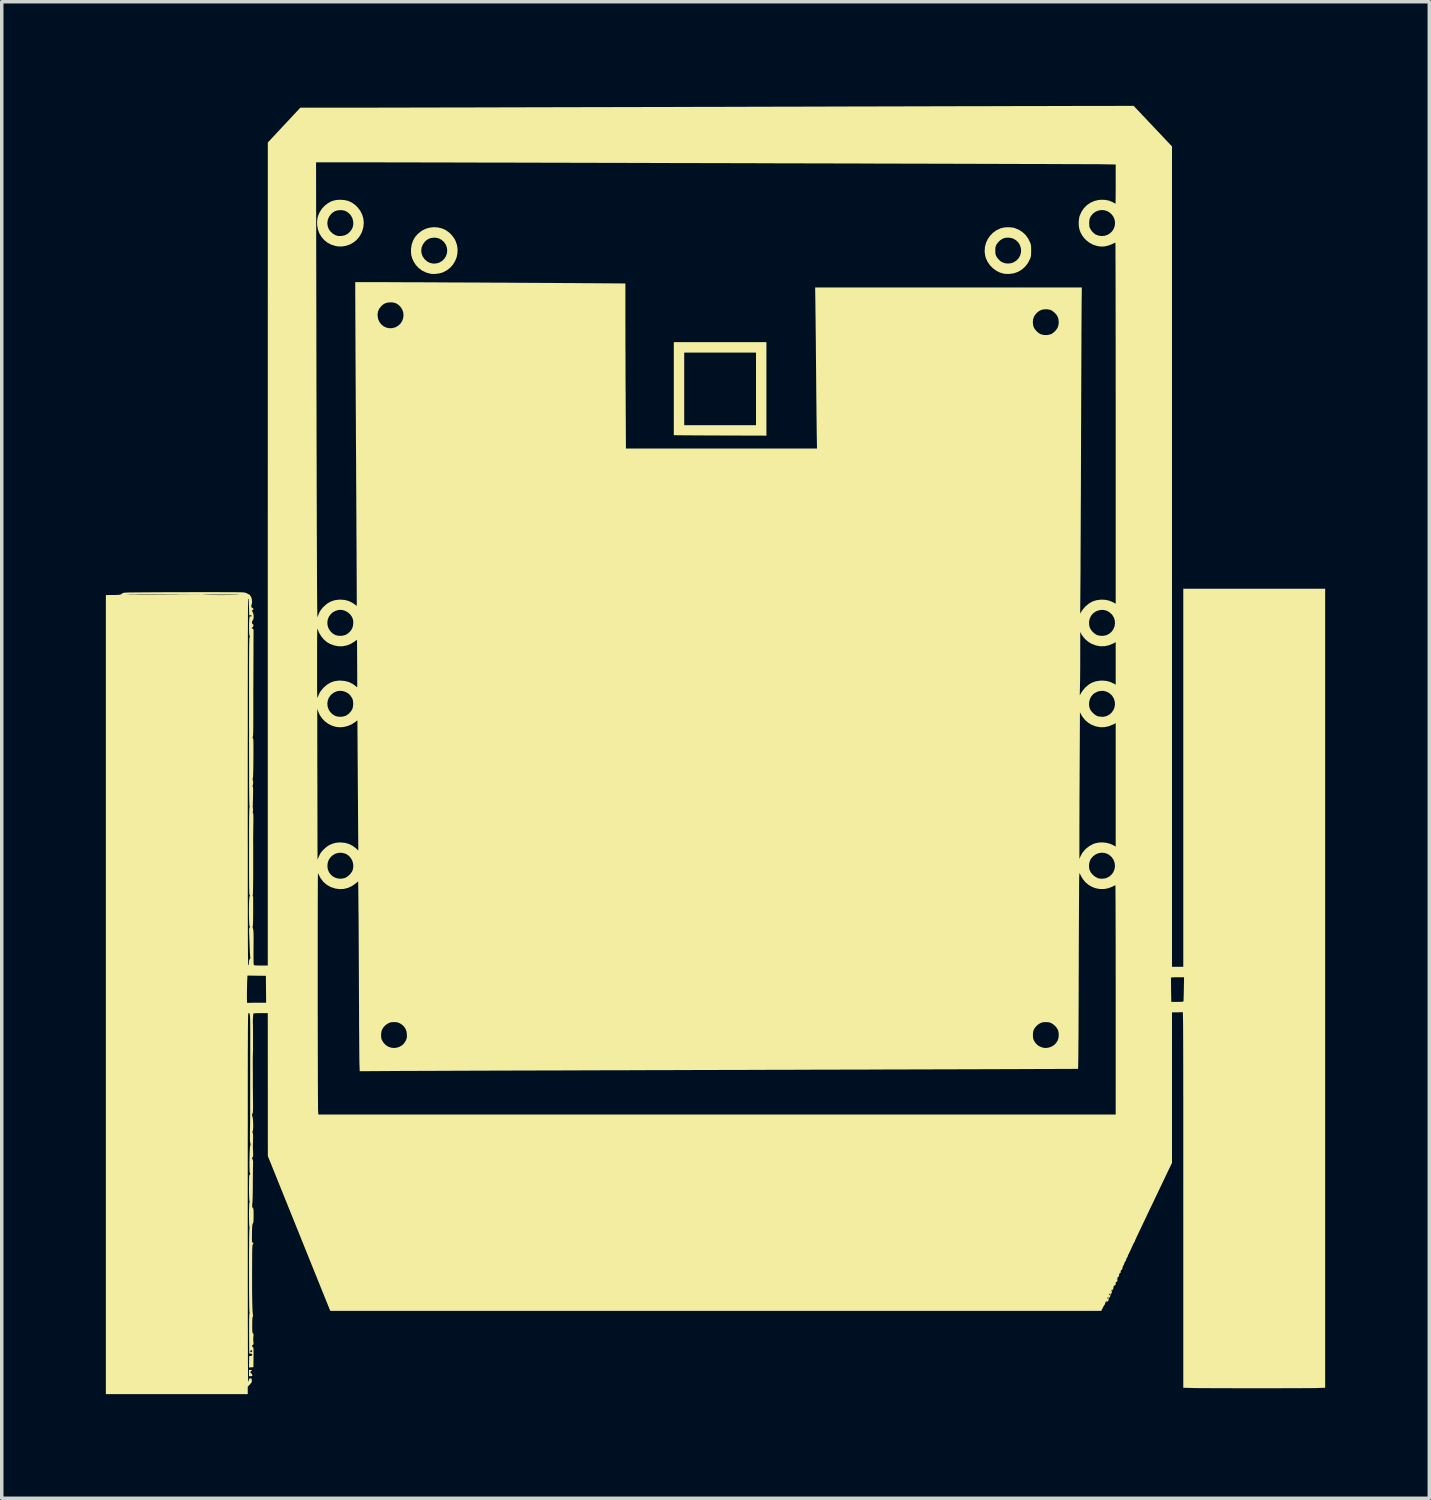
<source format=kicad_pcb>
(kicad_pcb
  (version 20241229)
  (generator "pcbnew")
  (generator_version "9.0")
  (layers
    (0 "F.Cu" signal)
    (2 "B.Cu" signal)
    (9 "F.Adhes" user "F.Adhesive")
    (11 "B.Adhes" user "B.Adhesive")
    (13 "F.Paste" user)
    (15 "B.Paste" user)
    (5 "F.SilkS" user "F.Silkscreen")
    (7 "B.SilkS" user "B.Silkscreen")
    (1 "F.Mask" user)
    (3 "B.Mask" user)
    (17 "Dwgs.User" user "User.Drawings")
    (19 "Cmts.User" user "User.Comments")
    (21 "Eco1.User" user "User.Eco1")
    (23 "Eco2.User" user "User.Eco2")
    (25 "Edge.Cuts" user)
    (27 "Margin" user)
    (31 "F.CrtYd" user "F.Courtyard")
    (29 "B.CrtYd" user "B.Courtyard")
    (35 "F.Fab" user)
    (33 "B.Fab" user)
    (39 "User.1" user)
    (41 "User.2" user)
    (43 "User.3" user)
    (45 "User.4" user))
  (footprint "bilbo_cad"
    (layer "F.Cu")
    (at 17.16 18.846)
    (property "Reference" "bilbo_cad" (at 0 0 0) (layer "F.SilkS") (effects (font (size 1.5 1.5) (thickness 0.3))))
    (attr board_only exclude_from_pos_files exclude_from_bom)
    (fp_poly (pts (xy -12.963 17.572) (xy -12.953 17.583) (xy -12.966 17.598) (xy -12.976 17.604) (xy -12.997 17.623) (xy -12.998 17.643) (xy -12.984 17.656) (xy -12.967 17.671) (xy -12.95 17.697) (xy -12.949 17.699) (xy -12.939 17.726) (xy -12.945 17.741) (xy -12.97 17.748) (xy -13.002 17.749) (xy -13.037 17.749) (xy -13.037 17.659) (xy -13.037 17.568) (xy -12.995 17.568)) (stroke (width 0) (type solid)) (fill yes) (layer "F.SilkS"))
    (fp_poly (pts (xy 1.869 -10.693) (xy 1.869 -9.346) (xy 0.881 -9.349) (xy 0.718 -9.349) (xy 0.555 -9.35) (xy 0.394 -9.351) (xy 0.238 -9.351) (xy 0.089 -9.352) (xy -0.049 -9.353) (xy -0.175 -9.353) (xy -0.285 -9.354) (xy -0.376 -9.355) (xy -0.447 -9.355) (xy -0.454 -9.355) (xy -0.799 -9.359) (xy -0.799 -10.693) (xy -0.499 -10.693) (xy -0.499 -9.647) (xy 0.535 -9.647) (xy 1.569 -9.647) (xy 1.569 -10.693) (xy 1.569 -11.738) (xy 0.535 -11.738) (xy -0.499 -11.738) (xy -0.499 -10.693) (xy -0.799 -10.693) (xy -0.799 -10.699) (xy -0.799 -12.039) (xy 0.535 -12.039) (xy 1.869 -12.039)) (stroke (width 0) (type solid)) (fill yes) (layer "F.SilkS"))
    (fp_poly (pts (xy -10.28 -16.132) (xy -10.17 -16.105) (xy -10.07 -16.058) (xy -9.976 -15.989) (xy -9.912 -15.927) (xy -9.834 -15.827) (xy -9.778 -15.718) (xy -9.743 -15.602) (xy -9.731 -15.482) (xy -9.741 -15.36) (xy -9.774 -15.239) (xy -9.797 -15.182) (xy -9.862 -15.072) (xy -9.944 -14.978) (xy -10.041 -14.902) (xy -10.151 -14.845) (xy -10.268 -14.809) (xy -10.367 -14.795) (xy -10.461 -14.796) (xy -10.548 -14.81) (xy -10.668 -14.848) (xy -10.776 -14.905) (xy -10.87 -14.98) (xy -10.949 -15.071) (xy -11.01 -15.174) (xy -11.052 -15.288) (xy -11.073 -15.412) (xy -11.074 -15.429) (xy -11.074 -15.465) (xy -10.78 -15.465) (xy -10.77 -15.379) (xy -10.742 -15.303) (xy -10.695 -15.232) (xy -10.632 -15.172) (xy -10.557 -15.126) (xy -10.494 -15.103) (xy -10.44 -15.096) (xy -10.374 -15.099) (xy -10.307 -15.11) (xy -10.251 -15.128) (xy -10.188 -15.166) (xy -10.129 -15.22) (xy -10.08 -15.284) (xy -10.051 -15.343) (xy -10.032 -15.429) (xy -10.035 -15.519) (xy -10.057 -15.605) (xy -10.098 -15.684) (xy -10.152 -15.746) (xy -10.22 -15.798) (xy -10.289 -15.829) (xy -10.369 -15.842) (xy -10.404 -15.843) (xy -10.493 -15.835) (xy -10.568 -15.81) (xy -10.636 -15.764) (xy -10.68 -15.722) (xy -10.735 -15.644) (xy -10.769 -15.558) (xy -10.78 -15.465) (xy -11.074 -15.465) (xy -11.075 -15.526) (xy -11.065 -15.61) (xy -11.042 -15.69) (xy -11.005 -15.775) (xy -11.005 -15.776) (xy -10.938 -15.882) (xy -10.852 -15.974) (xy -10.764 -16.042) (xy -10.68 -16.088) (xy -10.596 -16.119) (xy -10.504 -16.136) (xy -10.404 -16.141)) (stroke (width 0) (type solid)) (fill yes) (layer "F.SilkS"))
    (fp_poly (pts (xy -7.601 -15.344) (xy -7.485 -15.318) (xy -7.377 -15.271) (xy -7.368 -15.266) (xy -7.267 -15.195) (xy -7.181 -15.106) (xy -7.111 -15.005) (xy -7.087 -14.958) (xy -7.046 -14.84) (xy -7.028 -14.721) (xy -7.031 -14.603) (xy -7.054 -14.488) (xy -7.097 -14.38) (xy -7.157 -14.28) (xy -7.234 -14.191) (xy -7.326 -14.116) (xy -7.434 -14.058) (xy -7.479 -14.04) (xy -7.554 -14.02) (xy -7.64 -14.008) (xy -7.725 -14.003) (xy -7.8 -14.008) (xy -7.81 -14.01) (xy -7.933 -14.044) (xy -8.046 -14.098) (xy -8.146 -14.172) (xy -8.23 -14.262) (xy -8.297 -14.368) (xy -8.3 -14.373) (xy -8.337 -14.458) (xy -8.36 -14.538) (xy -8.37 -14.622) (xy -8.37 -14.682) (xy -8.075 -14.682) (xy -8.066 -14.595) (xy -8.035 -14.511) (xy -7.983 -14.435) (xy -7.979 -14.431) (xy -7.908 -14.366) (xy -7.831 -14.324) (xy -7.745 -14.304) (xy -7.681 -14.303) (xy -7.629 -14.31) (xy -7.578 -14.323) (xy -7.553 -14.332) (xy -7.474 -14.379) (xy -7.411 -14.44) (xy -7.365 -14.513) (xy -7.336 -14.593) (xy -7.326 -14.677) (xy -7.336 -14.762) (xy -7.365 -14.844) (xy -7.415 -14.919) (xy -7.42 -14.925) (xy -7.491 -14.988) (xy -7.57 -15.029) (xy -7.658 -15.048) (xy -7.699 -15.05) (xy -7.788 -15.041) (xy -7.864 -15.016) (xy -7.932 -14.971) (xy -7.975 -14.928) (xy -8.03 -14.852) (xy -8.063 -14.769) (xy -8.075 -14.682) (xy -8.37 -14.682) (xy -8.37 -14.719) (xy -8.352 -14.846) (xy -8.313 -14.961) (xy -8.253 -15.066) (xy -8.172 -15.16) (xy -8.069 -15.241) (xy -8.057 -15.25) (xy -7.952 -15.303) (xy -7.839 -15.337) (xy -7.72 -15.351)) (stroke (width 0) (type solid)) (fill yes) (layer "F.SilkS"))
    (fp_poly (pts (xy 8.881 -15.349) (xy 8.967 -15.339) (xy 9.015 -15.328) (xy 9.136 -15.28) (xy 9.243 -15.212) (xy 9.335 -15.127) (xy 9.41 -15.024) (xy 9.463 -14.916) (xy 9.477 -14.879) (xy 9.486 -14.847) (xy 9.492 -14.812) (xy 9.495 -14.769) (xy 9.496 -14.711) (xy 9.496 -14.677) (xy 9.495 -14.611) (xy 9.493 -14.561) (xy 9.489 -14.524) (xy 9.482 -14.491) (xy 9.47 -14.457) (xy 9.463 -14.438) (xy 9.405 -14.323) (xy 9.33 -14.223) (xy 9.238 -14.139) (xy 9.133 -14.073) (xy 9.023 -14.03) (xy 8.954 -14.015) (xy 8.873 -14.006) (xy 8.791 -14.004) (xy 8.72 -14.01) (xy 8.711 -14.011) (xy 8.599 -14.043) (xy 8.494 -14.095) (xy 8.397 -14.165) (xy 8.313 -14.25) (xy 8.244 -14.347) (xy 8.193 -14.453) (xy 8.169 -14.537) (xy 8.155 -14.66) (xy 8.157 -14.677) (xy 8.463 -14.677) (xy 8.464 -14.621) (xy 8.468 -14.581) (xy 8.476 -14.549) (xy 8.491 -14.517) (xy 8.495 -14.508) (xy 8.531 -14.454) (xy 8.579 -14.401) (xy 8.63 -14.359) (xy 8.651 -14.346) (xy 8.735 -14.314) (xy 8.826 -14.303) (xy 8.917 -14.313) (xy 8.987 -14.338) (xy 9.067 -14.387) (xy 9.131 -14.452) (xy 9.176 -14.529) (xy 9.201 -14.614) (xy 9.205 -14.706) (xy 9.2 -14.743) (xy 9.172 -14.835) (xy 9.124 -14.913) (xy 9.057 -14.976) (xy 8.986 -15.019) (xy 8.912 -15.042) (xy 8.831 -15.051) (xy 8.751 -15.045) (xy 8.684 -15.024) (xy 8.609 -14.979) (xy 8.544 -14.917) (xy 8.495 -14.847) (xy 8.495 -14.846) (xy 8.479 -14.813) (xy 8.469 -14.781) (xy 8.464 -14.744) (xy 8.463 -14.692) (xy 8.463 -14.677) (xy 8.157 -14.677) (xy 8.164 -14.781) (xy 8.194 -14.897) (xy 8.244 -15.006) (xy 8.312 -15.104) (xy 8.396 -15.191) (xy 8.496 -15.262) (xy 8.61 -15.316) (xy 8.625 -15.321) (xy 8.701 -15.34) (xy 8.789 -15.349)) (stroke (width 0) (type solid)) (fill yes) (layer "F.SilkS"))
    (fp_poly (pts (xy 13.001 -18.262) (xy 13.553 -17.678) (xy 13.553 -5.861) (xy 13.553 5.956) (xy 13.716 5.956) (xy 13.878 5.956) (xy 13.878 0.511) (xy 13.878 -4.935) (xy 15.922 -4.935) (xy 17.965 -4.935) (xy 17.965 6.573) (xy 17.965 18.082) (xy 17.758 18.089) (xy 17.715 18.091) (xy 17.65 18.092) (xy 17.565 18.093) (xy 17.461 18.093) (xy 17.34 18.094) (xy 17.204 18.095) (xy 17.056 18.095) (xy 16.895 18.096) (xy 16.726 18.096) (xy 16.548 18.097) (xy 16.365 18.097) (xy 16.177 18.097) (xy 15.988 18.097) (xy 15.798 18.097) (xy 15.609 18.097) (xy 15.423 18.097) (xy 15.243 18.096) (xy 15.069 18.096) (xy 14.904 18.096) (xy 14.749 18.095) (xy 14.606 18.094) (xy 14.478 18.094) (xy 14.365 18.093) (xy 14.271 18.092) (xy 14.195 18.091) (xy 14.141 18.09) (xy 14.132 18.089) (xy 13.878 18.082) (xy 13.878 12.667) (xy 13.878 12.235) (xy 13.878 11.826) (xy 13.878 11.44) (xy 13.878 11.076) (xy 13.878 10.734) (xy 13.878 10.412) (xy 13.878 10.111) (xy 13.878 9.829) (xy 13.877 9.567) (xy 13.877 9.322) (xy 13.877 9.095) (xy 13.877 8.885) (xy 13.876 8.691) (xy 13.876 8.513) (xy 13.876 8.35) (xy 13.875 8.202) (xy 13.875 8.067) (xy 13.874 7.945) (xy 13.874 7.836) (xy 13.873 7.739) (xy 13.873 7.653) (xy 13.872 7.577) (xy 13.871 7.512) (xy 13.87 7.455) (xy 13.869 7.408) (xy 13.868 7.368) (xy 13.867 7.335) (xy 13.866 7.31) (xy 13.865 7.29) (xy 13.864 7.276) (xy 13.862 7.266) (xy 13.861 7.261) (xy 13.86 7.259) (xy 13.859 7.259) (xy 13.84 7.262) (xy 13.802 7.264) (xy 13.752 7.266) (xy 13.697 7.267) (xy 13.553 7.267) (xy 13.553 9.434) (xy 13.553 11.602) (xy 13.258 12.22) (xy 13.197 12.347) (xy 13.135 12.478) (xy 13.072 12.609) (xy 13.011 12.737) (xy 12.953 12.858) (xy 12.9 12.969) (xy 12.854 13.066) (xy 12.816 13.146) (xy 12.808 13.163) (xy 12.764 13.256) (xy 12.718 13.352) (xy 12.673 13.447) (xy 12.632 13.534) (xy 12.596 13.61) (xy 12.569 13.666) (xy 12.54 13.726) (xy 12.516 13.78) (xy 12.497 13.822) (xy 12.486 13.849) (xy 12.484 13.857) (xy 12.477 13.876) (xy 12.468 13.889) (xy 12.457 13.907) (xy 12.439 13.942) (xy 12.416 13.989) (xy 12.39 14.046) (xy 12.382 14.064) (xy 12.355 14.123) (xy 12.331 14.175) (xy 12.311 14.216) (xy 12.298 14.241) (xy 12.295 14.244) (xy 12.282 14.272) (xy 12.279 14.29) (xy 12.271 14.314) (xy 12.255 14.338) (xy 12.237 14.368) (xy 12.231 14.396) (xy 12.225 14.422) (xy 12.214 14.435) (xy 12.2 14.45) (xy 12.186 14.479) (xy 12.182 14.493) (xy 12.167 14.533) (xy 12.149 14.567) (xy 12.145 14.574) (xy 12.129 14.607) (xy 12.123 14.642) (xy 12.118 14.672) (xy 12.102 14.686) (xy 12.099 14.687) (xy 12.082 14.698) (xy 12.075 14.723) (xy 12.075 14.736) (xy 12.071 14.769) (xy 12.058 14.78) (xy 12.039 14.791) (xy 12.029 14.823) (xy 12.027 14.851) (xy 12.02 14.88) (xy 12.003 14.891) (xy 11.989 14.899) (xy 11.982 14.915) (xy 11.979 14.947) (xy 11.979 14.965) (xy 11.978 15.003) (xy 11.973 15.024) (xy 11.964 15.031) (xy 11.955 15.032) (xy 11.939 15.036) (xy 11.932 15.052) (xy 11.931 15.08) (xy 11.928 15.113) (xy 11.918 15.127) (xy 11.912 15.128) (xy 11.892 15.138) (xy 11.887 15.146) (xy 11.877 15.159) (xy 11.871 15.159) (xy 11.867 15.165) (xy 11.868 15.187) (xy 11.868 15.188) (xy 11.863 15.226) (xy 11.848 15.247) (xy 11.827 15.283) (xy 11.822 15.313) (xy 11.814 15.353) (xy 11.798 15.375) (xy 11.779 15.407) (xy 11.774 15.436) (xy 11.769 15.467) (xy 11.753 15.482) (xy 11.75 15.483) (xy 11.734 15.494) (xy 11.727 15.518) (xy 11.726 15.538) (xy 11.723 15.571) (xy 11.713 15.584) (xy 11.708 15.585) (xy 11.69 15.595) (xy 11.679 15.612) (xy 11.671 15.629) (xy 11.668 15.625) (xy 11.666 15.603) (xy 11.665 15.567) (xy 11.641 15.612) (xy 11.628 15.643) (xy 11.623 15.664) (xy 11.624 15.668) (xy 11.621 15.681) (xy 11.617 15.683) (xy 11.606 15.696) (xy 11.588 15.724) (xy 11.567 15.764) (xy 11.56 15.778) (xy 11.516 15.867) (xy 0.41 15.867) (xy -10.696 15.867) (xy -10.839 15.513) (xy 11.69 15.513) (xy 11.695 15.522) (xy 11.701 15.52) (xy 11.711 15.504) (xy 11.718 15.48) (xy 11.721 15.458) (xy 11.717 15.458) (xy 11.707 15.47) (xy 11.695 15.493) (xy 11.69 15.513) (xy -10.839 15.513) (xy -10.882 15.407) (xy 11.738 15.407) (xy 11.745 15.417) (xy 11.758 15.411) (xy 11.767 15.398) (xy 11.774 15.372) (xy 11.77 15.362) (xy 11.758 15.371) (xy 11.756 15.374) (xy 11.742 15.396) (xy 11.738 15.407) (xy -10.882 15.407) (xy -10.919 15.316) (xy 11.787 15.316) (xy 11.791 15.319) (xy 11.797 15.314) (xy 11.808 15.294) (xy 11.816 15.272) (xy 11.823 15.242) (xy 11.805 15.272) (xy 11.792 15.298) (xy 11.787 15.316) (xy -10.919 15.316) (xy -11.026 15.05) (xy 11.907 15.05) (xy 11.913 15.056) (xy 11.919 15.05) (xy 11.913 15.044) (xy 11.907 15.05) (xy -11.026 15.05) (xy -11.065 14.954) (xy 11.955 14.954) (xy 11.961 14.96) (xy 11.967 14.954) (xy 11.961 14.948) (xy 11.955 14.954) (xy -11.065 14.954) (xy -11.595 13.638) (xy -12.494 11.408) (xy -12.495 9.349) (xy -12.496 7.291) (xy -12.7 7.291) (xy -12.781 7.291) (xy -12.84 7.293) (xy -12.879 7.296) (xy -12.902 7.3) (xy -12.911 7.306) (xy -12.914 7.323) (xy -12.917 7.358) (xy -12.92 7.404) (xy -12.923 7.455) (xy -12.926 7.503) (xy -12.927 7.542) (xy -12.927 7.566) (xy -12.926 7.567) (xy -12.925 7.591) (xy -12.924 7.634) (xy -12.923 7.692) (xy -12.922 7.764) (xy -12.922 7.845) (xy -12.921 7.931) (xy -12.921 8.02) (xy -12.921 8.108) (xy -12.921 8.193) (xy -12.921 8.269) (xy -12.921 8.335) (xy -12.922 8.386) (xy -12.923 8.42) (xy -12.924 8.433) (xy -12.925 8.449) (xy -12.926 8.486) (xy -12.927 8.541) (xy -12.928 8.61) (xy -12.928 8.69) (xy -12.928 8.779) (xy -12.928 8.799) (xy -12.927 8.894) (xy -12.926 8.986) (xy -12.926 9.07) (xy -12.926 9.143) (xy -12.926 9.201) (xy -12.926 9.239) (xy -12.926 9.241) (xy -12.926 9.291) (xy -12.926 9.335) (xy -12.926 9.365) (xy -12.926 9.367) (xy -12.926 9.387) (xy -12.926 9.428) (xy -12.925 9.486) (xy -12.924 9.559) (xy -12.923 9.643) (xy -12.922 9.734) (xy -12.922 9.773) (xy -12.921 9.88) (xy -12.92 9.965) (xy -12.921 10.032) (xy -12.922 10.083) (xy -12.924 10.121) (xy -12.926 10.148) (xy -12.931 10.167) (xy -12.936 10.181) (xy -12.937 10.183) (xy -12.948 10.207) (xy -12.95 10.229) (xy -12.943 10.258) (xy -12.936 10.278) (xy -12.928 10.315) (xy -12.922 10.368) (xy -12.918 10.431) (xy -12.916 10.498) (xy -12.916 10.564) (xy -12.919 10.621) (xy -12.925 10.665) (xy -12.93 10.686) (xy -12.938 10.717) (xy -12.93 10.744) (xy -12.924 10.762) (xy -12.921 10.793) (xy -12.919 10.839) (xy -12.92 10.902) (xy -12.921 10.985) (xy -12.925 11.09) (xy -12.926 11.119) (xy -12.926 11.135) (xy -12.925 11.17) (xy -12.923 11.219) (xy -12.921 11.271) (xy -12.918 11.334) (xy -12.918 11.378) (xy -12.921 11.408) (xy -12.927 11.429) (xy -12.935 11.443) (xy -12.948 11.467) (xy -12.947 11.485) (xy -12.935 11.504) (xy -12.927 11.52) (xy -12.922 11.54) (xy -12.919 11.57) (xy -12.919 11.612) (xy -12.92 11.673) (xy -12.921 11.712) (xy -12.923 11.771) (xy -12.924 11.849) (xy -12.925 11.94) (xy -12.926 12.041) (xy -12.927 12.146) (xy -12.927 12.249) (xy -12.927 12.261) (xy -12.928 12.36) (xy -12.929 12.458) (xy -12.931 12.55) (xy -12.933 12.631) (xy -12.936 12.698) (xy -12.939 12.746) (xy -12.94 12.754) (xy -12.945 12.809) (xy -12.946 12.846) (xy -12.944 12.87) (xy -12.939 12.885) (xy -12.928 12.899) (xy -12.928 12.899) (xy -12.919 12.91) (xy -12.913 12.925) (xy -12.909 12.947) (xy -12.906 12.981) (xy -12.905 13.03) (xy -12.904 13.097) (xy -12.904 13.122) (xy -12.905 13.198) (xy -12.906 13.253) (xy -12.908 13.292) (xy -12.913 13.319) (xy -12.919 13.338) (xy -12.925 13.349) (xy -12.933 13.362) (xy -12.938 13.381) (xy -12.942 13.408) (xy -12.945 13.446) (xy -12.948 13.5) (xy -12.95 13.573) (xy -12.951 13.634) (xy -12.952 13.718) (xy -12.953 13.781) (xy -12.952 13.827) (xy -12.951 13.859) (xy -12.948 13.879) (xy -12.943 13.89) (xy -12.936 13.897) (xy -12.929 13.902) (xy -12.912 13.913) (xy -12.91 13.925) (xy -12.923 13.946) (xy -12.924 13.948) (xy -12.929 13.955) (xy -12.932 13.965) (xy -12.936 13.98) (xy -12.938 14) (xy -12.94 14.028) (xy -12.942 14.065) (xy -12.944 14.114) (xy -12.945 14.175) (xy -12.946 14.252) (xy -12.946 14.345) (xy -12.947 14.456) (xy -12.947 14.587) (xy -12.948 14.74) (xy -12.948 14.792) (xy -12.948 15.006) (xy -12.948 15.196) (xy -12.947 15.365) (xy -12.945 15.511) (xy -12.943 15.637) (xy -12.94 15.743) (xy -12.937 15.829) (xy -12.933 15.897) (xy -12.928 15.947) (xy -12.923 15.98) (xy -12.922 15.985) (xy -12.921 16.02) (xy -12.929 16.036) (xy -12.935 16.051) (xy -12.939 16.082) (xy -12.942 16.131) (xy -12.943 16.199) (xy -12.944 16.277) (xy -12.944 16.356) (xy -12.943 16.415) (xy -12.941 16.456) (xy -12.938 16.484) (xy -12.934 16.501) (xy -12.927 16.511) (xy -12.923 16.515) (xy -12.911 16.528) (xy -12.906 16.55) (xy -12.908 16.587) (xy -12.909 16.596) (xy -12.913 16.639) (xy -12.915 16.671) (xy -12.915 16.701) (xy -12.912 16.739) (xy -12.909 16.765) (xy -12.906 16.805) (xy -12.909 16.828) (xy -12.918 16.841) (xy -12.927 16.847) (xy -12.949 16.867) (xy -12.948 16.891) (xy -12.928 16.911) (xy -12.92 16.917) (xy -12.915 16.926) (xy -12.91 16.941) (xy -12.908 16.964) (xy -12.906 16.999) (xy -12.906 17.049) (xy -12.906 17.117) (xy -12.907 17.205) (xy -12.907 17.209) (xy -12.91 17.49) (xy -12.974 17.494) (xy -13.037 17.498) (xy -13.034 17.332) (xy -13.031 17.166) (xy -12.999 17.169) (xy -12.969 17.165) (xy -12.948 17.147) (xy -12.943 17.123) (xy -12.944 17.119) (xy -12.96 17.106) (xy -12.989 17.098) (xy -12.991 17.097) (xy -13.031 17.094) (xy -13.031 17.027) (xy -13.001 17.027) (xy -12.994 17.055) (xy -12.977 17.062) (xy -12.955 17.048) (xy -12.952 17.046) (xy -12.944 17.026) (xy -12.952 17.01) (xy -12.973 16.999) (xy -12.992 17.006) (xy -13.001 17.027) (xy -13.031 17.027) (xy -13.034 16.531) (xy -13.034 16.38) (xy -13.034 16.252) (xy -13.034 16.147) (xy -13.032 16.064) (xy -13.03 16.003) (xy -13.027 15.964) (xy -13.024 15.945) (xy -13.024 15.944) (xy -13.017 15.918) (xy -13.024 15.905) (xy -13.026 15.89) (xy -13.028 15.854) (xy -13.029 15.798) (xy -13.031 15.724) (xy -13.032 15.634) (xy -13.033 15.529) (xy -13.034 15.413) (xy -13.035 15.286) (xy -13.036 15.151) (xy -13.036 15.011) (xy -13.037 14.865) (xy -13.037 14.718) (xy -13.037 14.57) (xy -13.037 14.424) (xy -13.036 14.282) (xy -13.036 14.145) (xy -13.035 14.016) (xy -13.034 13.896) (xy -13.033 13.788) (xy -13.032 13.693) (xy -13.03 13.614) (xy -13.029 13.552) (xy -13.027 13.51) (xy -13.025 13.489) (xy -13.024 13.487) (xy -13.019 13.471) (xy -13.025 13.457) (xy -13.028 13.439) (xy -13.031 13.4) (xy -13.034 13.346) (xy -13.035 13.279) (xy -13.036 13.204) (xy -13.037 13.123) (xy -13.037 13.042) (xy -13.036 12.963) (xy -13.034 12.891) (xy -13.032 12.829) (xy -13.03 12.78) (xy -13.026 12.749) (xy -13.023 12.74) (xy -13.016 12.721) (xy -13.023 12.702) (xy -13.028 12.681) (xy -13.031 12.636) (xy -13.034 12.568) (xy -13.036 12.477) (xy -13.037 12.363) (xy -13.037 12.317) (xy -13.036 12.213) (xy -13.036 12.131) (xy -13.035 12.067) (xy -13.033 12.02) (xy -13.031 11.988) (xy -13.028 11.967) (xy -13.024 11.955) (xy -13.019 11.95) (xy -13.019 11.95) (xy -13.004 11.934) (xy -13.002 11.908) (xy -13.013 11.887) (xy -13.017 11.871) (xy -13.02 11.834) (xy -13.022 11.781) (xy -13.023 11.714) (xy -13.024 11.638) (xy -13.023 11.555) (xy -13.022 11.47) (xy -13.02 11.386) (xy -13.018 11.307) (xy -13.014 11.236) (xy -13.011 11.176) (xy -13.006 11.132) (xy -13.002 11.107) (xy -13.001 11.105) (xy -12.99 11.074) (xy -12.994 11.049) (xy -12.999 11.038) (xy -13.003 11.024) (xy -13.006 10.999) (xy -13.009 10.96) (xy -13.01 10.906) (xy -13.01 10.834) (xy -13.009 10.742) (xy -13.008 10.632) (xy -13.006 10.537) (xy -13.005 10.449) (xy -13.004 10.37) (xy -13.003 10.304) (xy -13.003 10.255) (xy -13.003 10.224) (xy -13.003 10.218) (xy -13.003 10.201) (xy -13.003 10.162) (xy -13.003 10.102) (xy -13.003 10.023) (xy -13.003 9.925) (xy -13.003 9.812) (xy -13.003 9.683) (xy -13.003 9.541) (xy -13.003 9.387) (xy -13.003 9.222) (xy -13.002 9.049) (xy -13.002 8.869) (xy -13.002 8.746) (xy -13.001 8.529) (xy -13.001 8.334) (xy -13.001 8.161) (xy -13.001 8.008) (xy -13.001 7.874) (xy -13.001 7.758) (xy -13.002 7.658) (xy -13.002 7.574) (xy -13.004 7.504) (xy -13.005 7.446) (xy -13.007 7.4) (xy -13.01 7.364) (xy -13.013 7.336) (xy -13.017 7.317) (xy -13.021 7.304) (xy -13.026 7.296) (xy -13.031 7.292) (xy -13.038 7.291) (xy -13.045 7.291) (xy -13.052 7.291) (xy -13.053 7.292) (xy -13.055 7.294) (xy -13.056 7.3) (xy -13.058 7.308) (xy -13.059 7.321) (xy -13.06 7.338) (xy -13.062 7.36) (xy -13.063 7.389) (xy -13.064 7.424) (xy -13.065 7.466) (xy -13.066 7.516) (xy -13.066 7.574) (xy -13.067 7.642) (xy -13.068 7.72) (xy -13.068 7.808) (xy -13.069 7.907) (xy -13.069 8.018) (xy -13.07 8.142) (xy -13.07 8.279) (xy -13.071 8.43) (xy -13.071 8.595) (xy -13.071 8.775) (xy -13.072 8.971) (xy -13.072 9.183) (xy -13.072 9.413) (xy -13.072 9.66) (xy -13.072 9.926) (xy -13.072 10.21) (xy -13.072 10.515) (xy -13.073 10.84) (xy -13.073 11.186) (xy -13.073 11.553) (xy -13.073 11.943) (xy -13.073 12.356) (xy -13.073 12.598) (xy -13.073 13.071) (xy -13.073 13.523) (xy -13.072 13.954) (xy -13.072 14.363) (xy -13.072 14.751) (xy -13.072 15.117) (xy -13.071 15.461) (xy -13.071 15.783) (xy -13.071 16.083) (xy -13.07 16.361) (xy -13.069 16.616) (xy -13.069 16.848) (xy -13.068 17.058) (xy -13.068 17.245) (xy -13.067 17.409) (xy -13.066 17.55) (xy -13.065 17.668) (xy -13.064 17.762) (xy -13.063 17.832) (xy -13.062 17.879) (xy -13.061 17.902) (xy -13.061 17.905) (xy -13.05 17.895) (xy -13.042 17.872) (xy -13.033 17.835) (xy -13.023 17.816) (xy -13.01 17.81) (xy -12.992 17.811) (xy -12.971 17.816) (xy -12.961 17.829) (xy -12.956 17.856) (xy -12.955 17.869) (xy -12.955 17.899) (xy -12.961 17.922) (xy -12.976 17.946) (xy -13.003 17.978) (xy -13.013 17.988) (xy -13.073 18.052) (xy -13.073 18.159) (xy -13.073 18.266) (xy -15.116 18.266) (xy -17.16 18.266) (xy -17.16 6.76) (xy -13.097 6.76) (xy -13.096 6.843) (xy -13.096 6.905) (xy -13.094 6.948) (xy -13.092 6.976) (xy -13.089 6.992) (xy -13.084 6.998) (xy -13.078 6.997) (xy -13.06 6.995) (xy -13.023 6.993) (xy -12.969 6.992) (xy -12.903 6.991) (xy -12.827 6.99) (xy -12.801 6.99) (xy -12.543 6.99) (xy -12.547 6.602) (xy -12.55 6.215) (xy -12.815 6.212) (xy -13.081 6.208) (xy -13.089 6.362) (xy -13.091 6.425) (xy -13.093 6.504) (xy -13.095 6.593) (xy -13.096 6.685) (xy -13.097 6.76) (xy -17.16 6.76) (xy -17.16 6.756) (xy -17.16 0.631) (xy -13.073 0.631) (xy -13.073 0.631) (xy -13.073 1.059) (xy -13.073 1.463) (xy -13.073 1.845) (xy -13.073 2.205) (xy -13.072 2.543) (xy -13.072 2.86) (xy -13.072 3.157) (xy -13.072 3.435) (xy -13.072 3.694) (xy -13.072 3.934) (xy -13.071 4.157) (xy -13.071 4.363) (xy -13.071 4.552) (xy -13.07 4.726) (xy -13.07 4.885) (xy -13.07 5.03) (xy -13.069 5.16) (xy -13.069 5.278) (xy -13.068 5.383) (xy -13.067 5.476) (xy -13.067 5.559) (xy -13.066 5.63) (xy -13.065 5.692) (xy -13.064 5.744) (xy -13.063 5.788) (xy -13.062 5.824) (xy -13.061 5.853) (xy -13.06 5.874) (xy -13.059 5.89) (xy -13.057 5.901) (xy -13.056 5.907) (xy -13.055 5.908) (xy -13.044 5.903) (xy -13.039 5.884) (xy -13.037 5.847) (xy -13.037 5.832) (xy -13.035 5.786) (xy -13.029 5.757) (xy -13.016 5.737) (xy -13.013 5.734) (xy -12.998 5.714) (xy -12.998 5.699) (xy -13.001 5.684) (xy -13.004 5.648) (xy -13.008 5.596) (xy -13.012 5.531) (xy -13.015 5.457) (xy -13.016 5.439) (xy -13.019 5.35) (xy -13.022 5.254) (xy -13.026 5.161) (xy -13.029 5.077) (xy -13.031 5.02) (xy -13.034 4.95) (xy -13.034 4.899) (xy -13.032 4.865) (xy -13.028 4.843) (xy -13.022 4.83) (xy -13.02 4.828) (xy -13.009 4.81) (xy -13.015 4.792) (xy -13.019 4.785) (xy -13.025 4.766) (xy -13.029 4.727) (xy -13.033 4.671) (xy -13.035 4.602) (xy -13.037 4.522) (xy -13.038 4.437) (xy -13.039 4.348) (xy -13.038 4.259) (xy -13.037 4.174) (xy -13.035 4.096) (xy -13.032 4.029) (xy -13.028 3.976) (xy -13.023 3.94) (xy -13.018 3.925) (xy -13.006 3.91) (xy -13.012 3.896) (xy -13.018 3.889) (xy -13.021 3.884) (xy -13.024 3.874) (xy -13.026 3.857) (xy -13.028 3.833) (xy -13.03 3.8) (xy -13.031 3.757) (xy -13.032 3.702) (xy -13.033 3.634) (xy -13.034 3.552) (xy -13.035 3.454) (xy -13.035 3.34) (xy -13.036 3.207) (xy -13.036 3.054) (xy -13.036 2.881) (xy -13.036 2.685) (xy -13.036 2.627) (xy -13.036 2.402) (xy -13.036 2.201) (xy -13.036 2.023) (xy -13.035 1.868) (xy -13.034 1.734) (xy -13.033 1.622) (xy -13.031 1.532) (xy -13.03 1.461) (xy -13.028 1.411) (xy -13.026 1.381) (xy -13.024 1.369) (xy -13.017 1.347) (xy -13.024 1.33) (xy -13.025 1.317) (xy -13.027 1.285) (xy -13.028 1.232) (xy -13.03 1.159) (xy -13.031 1.066) (xy -13.032 0.952) (xy -13.033 0.817) (xy -13.034 0.66) (xy -13.034 0.481) (xy -13.035 0.28) (xy -13.035 0.057) (xy -13.036 -0.189) (xy -13.036 -0.458) (xy -13.036 -0.75) (xy -13.036 -1.066) (xy -13.036 -1.109) (xy -13.036 -1.395) (xy -13.036 -1.657) (xy -13.036 -1.898) (xy -13.036 -2.117) (xy -13.036 -2.316) (xy -13.036 -2.496) (xy -13.036 -2.658) (xy -13.035 -2.802) (xy -13.035 -2.93) (xy -13.034 -3.042) (xy -13.034 -3.14) (xy -13.033 -3.225) (xy -13.032 -3.297) (xy -13.031 -3.357) (xy -13.03 -3.407) (xy -13.028 -3.448) (xy -13.027 -3.479) (xy -13.026 -3.503) (xy -13.024 -3.52) (xy -13.022 -3.532) (xy -13.02 -3.538) (xy -13.018 -3.54) (xy -13.006 -3.554) (xy -13.012 -3.569) (xy -13.018 -3.576) (xy -13.025 -3.594) (xy -13.03 -3.631) (xy -13.033 -3.682) (xy -13.035 -3.744) (xy -13.036 -3.812) (xy -13.036 -3.883) (xy -13.035 -3.953) (xy -13.032 -4.017) (xy -13.028 -4.072) (xy -13.023 -4.114) (xy -13.017 -4.138) (xy -13.013 -4.143) (xy -12.978 -4.137) (xy -12.961 -4.143) (xy -12.958 -4.153) (xy -12.969 -4.168) (xy -12.995 -4.172) (xy -13.031 -4.172) (xy -13.037 -4.406) (xy -13.04 -4.478) (xy -13.042 -4.542) (xy -13.044 -4.593) (xy -13.045 -4.628) (xy -13.046 -4.643) (xy -13.047 -4.643) (xy -13.058 -4.646) (xy -13.061 -4.646) (xy -13.062 -4.634) (xy -13.063 -4.598) (xy -13.064 -4.538) (xy -13.065 -4.454) (xy -13.066 -4.346) (xy -13.067 -4.214) (xy -13.067 -4.058) (xy -13.068 -3.878) (xy -13.069 -3.674) (xy -13.069 -3.447) (xy -13.07 -3.195) (xy -13.07 -2.92) (xy -13.071 -2.62) (xy -13.071 -2.297) (xy -13.072 -1.95) (xy -13.072 -1.579) (xy -13.072 -1.185) (xy -13.072 -0.766) (xy -13.073 -0.324) (xy -13.073 0.141) (xy -13.073 0.631) (xy -17.16 0.631) (xy -17.16 -4.754) (xy -16.958 -4.755) (xy -16.882 -4.756) (xy -16.826 -4.757) (xy -16.786 -4.76) (xy -16.759 -4.764) (xy -16.547 -4.764) (xy -16.538 -4.762) (xy -16.506 -4.761) (xy -16.454 -4.76) (xy -16.383 -4.759) (xy -16.294 -4.759) (xy -16.189 -4.758) (xy -16.071 -4.758) (xy -15.94 -4.757) (xy -15.798 -4.757) (xy -15.646 -4.757) (xy -15.488 -4.757) (xy -15.471 -4.757) (xy -14.377 -4.76) (xy -14.432 -4.76) (xy -14.369 -4.76) (xy -14.359 -4.759) (xy -14.327 -4.758) (xy -14.275 -4.757) (xy -14.207 -4.756) (xy -14.124 -4.755) (xy -14.03 -4.755) (xy -13.925 -4.754) (xy -13.842 -4.754) (xy -13.732 -4.754) (xy -13.629 -4.755) (xy -13.537 -4.755) (xy -13.458 -4.756) (xy -13.394 -4.757) (xy -13.348 -4.759) (xy -13.321 -4.76) (xy -13.316 -4.761) (xy -13.329 -4.762) (xy -13.363 -4.764) (xy -13.415 -4.765) (xy -13.482 -4.765) (xy -13.561 -4.766) (xy -13.65 -4.766) (xy -13.744 -4.767) (xy -13.841 -4.767) (xy -13.939 -4.767) (xy -14.033 -4.766) (xy -14.121 -4.766) (xy -14.201 -4.765) (xy -14.268 -4.764) (xy -14.321 -4.763) (xy -14.355 -4.762) (xy -14.369 -4.76) (xy -14.369 -4.76) (xy -14.432 -4.76) (xy -15.453 -4.766) (xy -15.612 -4.767) (xy -15.764 -4.768) (xy -15.908 -4.768) (xy -16.042 -4.768) (xy -16.164 -4.768) (xy -16.272 -4.768) (xy -16.364 -4.767) (xy -16.44 -4.767) (xy -16.497 -4.766) (xy -16.533 -4.765) (xy -16.547 -4.764) (xy -16.759 -4.764) (xy -16.758 -4.764) (xy -16.738 -4.77) (xy -16.722 -4.778) (xy -16.721 -4.779) (xy -16.687 -4.8) (xy -16.655 -4.817) (xy -16.646 -4.819) (xy -16.627 -4.821) (xy -16.598 -4.823) (xy -16.558 -4.825) (xy -16.505 -4.827) (xy -16.438 -4.828) (xy -16.357 -4.829) (xy -16.261 -4.83) (xy -16.147 -4.831) (xy -16.017 -4.832) (xy -15.867 -4.833) (xy -15.698 -4.834) (xy -15.509 -4.835) (xy -15.297 -4.835) (xy -15.063 -4.836) (xy -14.972 -4.836) (xy -14.773 -4.837) (xy -14.579 -4.837) (xy -14.392 -4.837) (xy -14.213 -4.837) (xy -14.045 -4.837) (xy -13.887 -4.837) (xy -13.743 -4.836) (xy -13.613 -4.836) (xy -13.499 -4.836) (xy -13.402 -4.835) (xy -13.323 -4.834) (xy -13.266 -4.833) (xy -13.23 -4.833) (xy -13.22 -4.832) (xy -13.16 -4.825) (xy -13.119 -4.815) (xy -13.102 -4.806) (xy -13.077 -4.789) (xy -13.051 -4.779) (xy -13.022 -4.764) (xy -13.006 -4.746) (xy -12.989 -4.717) (xy -12.979 -4.703) (xy -12.966 -4.676) (xy -12.956 -4.635) (xy -12.95 -4.588) (xy -12.948 -4.544) (xy -12.952 -4.517) (xy -12.967 -4.464) (xy -12.971 -4.429) (xy -12.965 -4.405) (xy -12.948 -4.388) (xy -12.94 -4.384) (xy -12.913 -4.365) (xy -12.907 -4.349) (xy -12.921 -4.33) (xy -12.929 -4.323) (xy -12.953 -4.303) (xy -12.929 -4.258) (xy -12.913 -4.215) (xy -12.904 -4.164) (xy -12.903 -4.111) (xy -12.91 -4.065) (xy -12.923 -4.032) (xy -12.928 -4.027) (xy -12.948 -3.996) (xy -12.952 -3.968) (xy -12.944 -3.931) (xy -12.928 -3.916) (xy -12.907 -3.892) (xy -12.91 -3.863) (xy -12.931 -3.832) (xy -12.958 -3.803) (xy -12.932 -3.783) (xy -12.906 -3.763) (xy -12.909 -2.825) (xy -12.91 -2.676) (xy -12.91 -2.534) (xy -12.911 -2.4) (xy -12.911 -2.277) (xy -12.912 -2.166) (xy -12.912 -2.068) (xy -12.913 -1.987) (xy -12.913 -1.924) (xy -12.913 -1.881) (xy -12.913 -1.859) (xy -12.913 -1.857) (xy -12.913 -1.839) (xy -12.913 -1.8) (xy -12.913 -1.742) (xy -12.913 -1.667) (xy -12.913 -1.578) (xy -12.913 -1.477) (xy -12.913 -1.368) (xy -12.913 -1.26) (xy -12.913 -1.12) (xy -12.913 -1.003) (xy -12.914 -0.907) (xy -12.915 -0.83) (xy -12.917 -0.77) (xy -12.919 -0.726) (xy -12.922 -0.697) (xy -12.925 -0.68) (xy -12.927 -0.675) (xy -12.936 -0.656) (xy -12.927 -0.634) (xy -12.924 -0.629) (xy -12.92 -0.619) (xy -12.916 -0.604) (xy -12.914 -0.581) (xy -12.911 -0.548) (xy -12.91 -0.503) (xy -12.909 -0.444) (xy -12.909 -0.369) (xy -12.909 -0.275) (xy -12.909 -0.162) (xy -12.91 -0.053) (xy -12.911 0.097) (xy -12.913 0.223) (xy -12.915 0.326) (xy -12.917 0.407) (xy -12.92 0.466) (xy -12.923 0.504) (xy -12.927 0.52) (xy -12.934 0.555) (xy -12.928 0.577) (xy -12.917 0.631) (xy -12.92 0.69) (xy -12.929 0.722) (xy -12.935 0.754) (xy -12.928 0.77) (xy -12.924 0.776) (xy -12.922 0.787) (xy -12.92 0.805) (xy -12.919 0.832) (xy -12.919 0.871) (xy -12.919 0.922) (xy -12.92 0.988) (xy -12.922 1.072) (xy -12.924 1.175) (xy -12.928 1.3) (xy -12.929 1.34) (xy -12.927 1.373) (xy -12.922 1.412) (xy -12.922 1.414) (xy -12.92 1.449) (xy -12.925 1.478) (xy -12.926 1.48) (xy -12.931 1.508) (xy -12.922 1.525) (xy -12.918 1.535) (xy -12.914 1.556) (xy -12.912 1.588) (xy -12.911 1.634) (xy -12.91 1.697) (xy -12.911 1.778) (xy -12.912 1.88) (xy -12.913 1.921) (xy -12.914 2.014) (xy -12.915 2.1) (xy -12.916 2.176) (xy -12.917 2.238) (xy -12.917 2.283) (xy -12.917 2.309) (xy -12.917 2.314) (xy -12.917 2.329) (xy -12.917 2.366) (xy -12.916 2.422) (xy -12.916 2.497) (xy -12.916 2.587) (xy -12.916 2.692) (xy -12.916 2.807) (xy -12.916 2.932) (xy -12.916 3.065) (xy -12.916 3.106) (xy -12.916 3.288) (xy -12.917 3.446) (xy -12.918 3.581) (xy -12.92 3.692) (xy -12.922 3.778) (xy -12.924 3.842) (xy -12.926 3.881) (xy -12.929 3.896) (xy -12.935 3.912) (xy -12.929 3.919) (xy -12.92 3.935) (xy -12.917 3.965) (xy -12.917 3.971) (xy -12.917 3.994) (xy -12.917 4.037) (xy -12.917 4.098) (xy -12.917 4.173) (xy -12.917 4.258) (xy -12.917 4.351) (xy -12.917 4.393) (xy -12.918 4.51) (xy -12.919 4.608) (xy -12.921 4.685) (xy -12.923 4.742) (xy -12.927 4.776) (xy -12.93 4.786) (xy -12.935 4.806) (xy -12.927 4.843) (xy -12.922 4.858) (xy -12.917 4.875) (xy -12.913 4.896) (xy -12.91 4.923) (xy -12.908 4.959) (xy -12.906 5.005) (xy -12.905 5.065) (xy -12.905 5.141) (xy -12.905 5.235) (xy -12.906 5.35) (xy -12.906 5.407) (xy -12.907 5.531) (xy -12.907 5.632) (xy -12.907 5.714) (xy -12.906 5.779) (xy -12.905 5.827) (xy -12.903 5.862) (xy -12.901 5.886) (xy -12.897 5.901) (xy -12.893 5.908) (xy -12.892 5.909) (xy -12.874 5.913) (xy -12.837 5.916) (xy -12.785 5.918) (xy -12.723 5.92) (xy -12.685 5.92) (xy -12.496 5.92) (xy -12.496 5.742) (xy -11.057 5.742) (xy -11.057 5.983) (xy -11.057 6.228) (xy -11.057 6.476) (xy -11.057 6.724) (xy -11.057 6.971) (xy -11.057 7.218) (xy -11.056 7.462) (xy -11.056 7.703) (xy -11.056 7.938) (xy -11.055 8.168) (xy -11.055 8.39) (xy -11.054 8.605) (xy -11.054 8.81) (xy -11.053 9.004) (xy -11.053 9.187) (xy -11.052 9.356) (xy -11.051 9.512) (xy -11.051 9.652) (xy -11.05 9.777) (xy -11.049 9.883) (xy -11.048 9.971) (xy -11.048 10.04) (xy -11.047 10.087) (xy -11.046 10.112) (xy -11.046 10.113) (xy -11.039 10.212) (xy 0.446 10.212) (xy 11.931 10.212) (xy 11.931 6.905) (xy 11.931 6.625) (xy 11.931 6.367) (xy 13.523 6.367) (xy 13.524 6.435) (xy 13.525 6.514) (xy 13.526 6.601) (xy 13.526 6.62) (xy 13.533 6.966) (xy 13.706 6.966) (xy 13.779 6.965) (xy 13.831 6.963) (xy 13.864 6.96) (xy 13.881 6.955) (xy 13.883 6.951) (xy 13.885 6.936) (xy 13.887 6.899) (xy 13.888 6.845) (xy 13.89 6.777) (xy 13.892 6.697) (xy 13.894 6.61) (xy 13.894 6.596) (xy 13.9 6.257) (xy 13.715 6.257) (xy 13.651 6.257) (xy 13.596 6.259) (xy 13.554 6.261) (xy 13.53 6.264) (xy 13.525 6.266) (xy 13.524 6.28) (xy 13.523 6.315) (xy 13.523 6.367) (xy 11.931 6.367) (xy 11.931 6.351) (xy 11.93 6.084) (xy 11.93 5.826) (xy 11.93 5.577) (xy 11.93 5.338) (xy 11.929 5.11) (xy 11.929 4.895) (xy 11.928 4.692) (xy 11.928 4.504) (xy 11.927 4.331) (xy 11.927 4.174) (xy 11.926 4.034) (xy 11.925 3.911) (xy 11.925 3.808) (xy 11.924 3.725) (xy 11.923 3.662) (xy 11.923 3.621) (xy 11.922 3.603) (xy 11.922 3.603) (xy 11.907 3.61) (xy 11.877 3.625) (xy 11.837 3.645) (xy 11.825 3.651) (xy 11.712 3.694) (xy 11.596 3.715) (xy 11.479 3.715) (xy 11.364 3.695) (xy 11.254 3.656) (xy 11.153 3.598) (xy 11.062 3.523) (xy 10.985 3.431) (xy 10.934 3.344) (xy 10.888 3.25) (xy 10.88 3.368) (xy 10.88 3.391) (xy 10.879 3.437) (xy 10.878 3.505) (xy 10.877 3.593) (xy 10.876 3.701) (xy 10.876 3.827) (xy 10.875 3.971) (xy 10.874 4.13) (xy 10.873 4.305) (xy 10.872 4.493) (xy 10.871 4.694) (xy 10.87 4.906) (xy 10.869 5.129) (xy 10.868 5.361) (xy 10.867 5.602) (xy 10.867 5.849) (xy 10.866 6.102) (xy 10.865 6.189) (xy 10.865 6.512) (xy 10.864 6.812) (xy 10.863 7.089) (xy 10.862 7.343) (xy 10.861 7.576) (xy 10.86 7.788) (xy 10.859 7.98) (xy 10.857 8.151) (xy 10.856 8.303) (xy 10.855 8.436) (xy 10.854 8.551) (xy 10.853 8.648) (xy 10.851 8.729) (xy 10.85 8.793) (xy 10.849 8.841) (xy 10.847 8.873) (xy 10.845 8.891) (xy 10.844 8.895) (xy 10.832 8.896) (xy 10.796 8.896) (xy 10.737 8.896) (xy 10.655 8.897) (xy 10.552 8.897) (xy 10.428 8.898) (xy 10.284 8.898) (xy 10.119 8.899) (xy 9.935 8.9) (xy 9.733 8.9) (xy 9.512 8.901) (xy 9.274 8.902) (xy 9.018 8.903) (xy 8.746 8.904) (xy 8.458 8.905) (xy 8.156 8.906) (xy 7.838 8.907) (xy 7.506 8.908) (xy 7.161 8.909) (xy 6.803 8.91) (xy 6.432 8.911) (xy 6.05 8.912) (xy 5.657 8.913) (xy 5.253 8.914) (xy 4.839 8.916) (xy 4.415 8.917) (xy 3.983 8.918) (xy 3.543 8.919) (xy 3.095 8.92) (xy 2.639 8.922) (xy 2.178 8.923) (xy 1.713 8.924) (xy 1.237 8.926) (xy 0.764 8.927) (xy 0.294 8.928) (xy -0.171 8.929) (xy -0.632 8.931) (xy -1.087 8.932) (xy -1.535 8.933) (xy -1.976 8.935) (xy -2.41 8.936) (xy -2.835 8.937) (xy -3.251 8.938) (xy -3.658 8.94) (xy -4.053 8.941) (xy -4.438 8.942) (xy -4.811 8.943) (xy -5.171 8.944) (xy -5.517 8.945) (xy -5.85 8.946) (xy -6.168 8.947) (xy -6.471 8.948) (xy -6.758 8.949) (xy -7.028 8.95) (xy -7.281 8.951) (xy -7.515 8.952) (xy -7.731 8.953) (xy -7.927 8.953) (xy -8.103 8.954) (xy -8.258 8.955) (xy -8.391 8.955) (xy -8.502 8.956) (xy -8.59 8.956) (xy -8.627 8.956) (xy -9.848 8.964) (xy -9.855 8.743) (xy -9.856 8.705) (xy -9.857 8.645) (xy -9.858 8.563) (xy -9.859 8.463) (xy -9.86 8.344) (xy -9.861 8.209) (xy -9.862 8.06) (xy -9.863 7.955) (xy -9.231 7.955) (xy -9.224 8.017) (xy -9.211 8.06) (xy -9.162 8.143) (xy -9.098 8.209) (xy -9.024 8.257) (xy -8.941 8.286) (xy -8.853 8.295) (xy -8.764 8.282) (xy -8.703 8.26) (xy -8.637 8.223) (xy -8.586 8.18) (xy -8.544 8.122) (xy -8.528 8.094) (xy -8.507 8.052) (xy -8.495 8.017) (xy -8.489 7.981) (xy -8.488 7.955) (xy 9.546 7.955) (xy 9.553 8.017) (xy 9.566 8.06) (xy 9.608 8.133) (xy 9.662 8.196) (xy 9.714 8.236) (xy 9.804 8.277) (xy 9.893 8.295) (xy 9.983 8.288) (xy 10.074 8.258) (xy 10.088 8.252) (xy 10.16 8.206) (xy 10.217 8.147) (xy 10.262 8.072) (xy 10.281 8.012) (xy 10.29 7.939) (xy 10.287 7.864) (xy 10.274 7.796) (xy 10.264 7.77) (xy 10.215 7.691) (xy 10.148 7.625) (xy 10.081 7.582) (xy 10.04 7.564) (xy 10.002 7.554) (xy 9.958 7.55) (xy 9.917 7.549) (xy 9.862 7.551) (xy 9.82 7.556) (xy 9.783 7.569) (xy 9.753 7.582) (xy 9.675 7.633) (xy 9.611 7.702) (xy 9.57 7.77) (xy 9.555 7.822) (xy 9.546 7.886) (xy 9.546 7.955) (xy -8.488 7.955) (xy -8.488 7.932) (xy -8.488 7.922) (xy -8.498 7.824) (xy -8.529 7.739) (xy -8.58 7.666) (xy -8.651 7.607) (xy -8.695 7.582) (xy -8.736 7.564) (xy -8.774 7.554) (xy -8.819 7.55) (xy -8.859 7.549) (xy -8.915 7.551) (xy -8.956 7.556) (xy -8.994 7.569) (xy -9.024 7.582) (xy -9.101 7.633) (xy -9.165 7.702) (xy -9.206 7.77) (xy -9.222 7.822) (xy -9.23 7.886) (xy -9.231 7.955) (xy -9.863 7.955) (xy -9.863 7.897) (xy -9.865 7.723) (xy -9.866 7.539) (xy -9.866 7.346) (xy -9.867 7.147) (xy -9.868 6.942) (xy -9.869 6.762) (xy -9.87 6.542) (xy -9.871 6.319) (xy -9.872 6.095) (xy -9.873 5.873) (xy -9.874 5.653) (xy -9.875 5.44) (xy -9.876 5.234) (xy -9.877 5.038) (xy -9.878 4.854) (xy -9.879 4.684) (xy -9.88 4.531) (xy -9.882 4.397) (xy -9.883 4.284) (xy -9.883 4.247) (xy -9.891 3.494) (xy -9.962 3.553) (xy -10.07 3.629) (xy -10.185 3.682) (xy -10.304 3.712) (xy -10.426 3.718) (xy -10.549 3.701) (xy -10.672 3.661) (xy -10.703 3.647) (xy -10.807 3.585) (xy -10.896 3.506) (xy -10.971 3.41) (xy -11.032 3.294) (xy -11.05 3.252) (xy -11.051 3.261) (xy -11.051 3.294) (xy -11.052 3.348) (xy -11.053 3.423) (xy -11.054 3.517) (xy -11.054 3.629) (xy -11.055 3.759) (xy -11.055 3.904) (xy -11.056 4.064) (xy -11.056 4.238) (xy -11.056 4.425) (xy -11.057 4.623) (xy -11.057 4.831) (xy -11.057 5.048) (xy -11.057 5.273) (xy -11.057 5.504) (xy -11.057 5.742) (xy -12.496 5.742) (xy -12.496 3.053) (xy -10.778 3.053) (xy -10.767 3.144) (xy -10.735 3.225) (xy -10.686 3.295) (xy -10.623 3.351) (xy -10.548 3.391) (xy -10.465 3.414) (xy -10.376 3.418) (xy -10.283 3.4) (xy -10.282 3.399) (xy -10.222 3.37) (xy -10.161 3.324) (xy -10.107 3.267) (xy -10.066 3.206) (xy -10.05 3.169) (xy -10.032 3.081) (xy -10.034 3.027) (xy 11.162 3.027) (xy 11.166 3.112) (xy 11.179 3.166) (xy 11.213 3.236) (xy 11.267 3.301) (xy 11.333 3.357) (xy 11.408 3.398) (xy 11.438 3.409) (xy 11.49 3.417) (xy 11.553 3.418) (xy 11.618 3.41) (xy 11.651 3.402) (xy 11.73 3.366) (xy 11.799 3.312) (xy 11.854 3.243) (xy 11.891 3.164) (xy 11.909 3.079) (xy 11.91 3.057) (xy 11.9 2.96) (xy 11.868 2.873) (xy 11.816 2.796) (xy 11.746 2.734) (xy 11.693 2.703) (xy 11.61 2.675) (xy 11.524 2.668) (xy 11.438 2.682) (xy 11.357 2.715) (xy 11.285 2.766) (xy 11.225 2.833) (xy 11.204 2.868) (xy 11.175 2.943) (xy 11.162 3.027) (xy -10.034 3.027) (xy -10.036 2.992) (xy -10.058 2.908) (xy -10.098 2.83) (xy -10.154 2.765) (xy -10.223 2.714) (xy -10.276 2.691) (xy -10.37 2.67) (xy -10.462 2.673) (xy -10.55 2.698) (xy -10.63 2.745) (xy -10.685 2.796) (xy -10.737 2.869) (xy -10.767 2.95) (xy -10.778 3.042) (xy -10.778 3.053) (xy -12.496 3.053) (xy -12.496 -1.289) (xy -11.071 -1.289) (xy -11.07 -1.193) (xy -11.07 -1.078) (xy -11.07 -0.947) (xy -11.07 -0.8) (xy -11.07 -0.639) (xy -11.07 -0.464) (xy -11.069 -0.278) (xy -11.069 -0.08) (xy -11.069 0.127) (xy -11.068 0.342) (xy -11.068 0.565) (xy -11.067 0.702) (xy -11.063 2.87) (xy -11.036 2.804) (xy -11.014 2.756) (xy -10.99 2.707) (xy -10.978 2.685) (xy -10.941 2.634) (xy -10.889 2.578) (xy -10.83 2.524) (xy -10.769 2.477) (xy -10.722 2.449) (xy -10.627 2.408) (xy -10.537 2.383) (xy -10.44 2.373) (xy -10.401 2.373) (xy -10.274 2.384) (xy -10.155 2.418) (xy -10.046 2.473) (xy -9.948 2.548) (xy -9.939 2.557) (xy -9.888 2.607) (xy -9.891 2.187) (xy 10.885 2.187) (xy 10.885 2.206) (xy 10.885 2.849) (xy 10.913 2.781) (xy 10.938 2.731) (xy 10.968 2.679) (xy 10.984 2.655) (xy 11.071 2.556) (xy 11.172 2.477) (xy 11.284 2.418) (xy 11.342 2.397) (xy 11.444 2.376) (xy 11.554 2.372) (xy 11.665 2.384) (xy 11.771 2.412) (xy 11.865 2.454) (xy 11.874 2.459) (xy 11.931 2.494) (xy 11.931 0.716) (xy 11.931 -1.063) (xy 11.85 -1.022) (xy 11.728 -0.973) (xy 11.606 -0.948) (xy 11.483 -0.947) (xy 11.36 -0.97) (xy 11.237 -1.017) (xy 11.237 -1.017) (xy 11.137 -1.077) (xy 11.047 -1.155) (xy 10.974 -1.246) (xy 10.943 -1.297) (xy 10.901 -1.378) (xy 10.893 0.092) (xy 10.892 0.294) (xy 10.891 0.498) (xy 10.89 0.703) (xy 10.889 0.907) (xy 10.888 1.107) (xy 10.887 1.3) (xy 10.887 1.484) (xy 10.886 1.657) (xy 10.886 1.816) (xy 10.885 1.959) (xy 10.885 2.084) (xy 10.885 2.187) (xy -9.891 2.187) (xy -9.894 1.832) (xy -9.895 1.696) (xy -9.896 1.539) (xy -9.897 1.366) (xy -9.898 1.179) (xy -9.9 0.983) (xy -9.901 0.782) (xy -9.903 0.579) (xy -9.904 0.378) (xy -9.905 0.182) (xy -9.907 -0.005) (xy -9.907 -0.044) (xy -9.914 -1.146) (xy -9.976 -1.097) (xy -10.078 -1.03) (xy -10.193 -0.981) (xy -10.313 -0.952) (xy -10.415 -0.944) (xy -10.532 -0.956) (xy -10.645 -0.99) (xy -10.752 -1.043) (xy -10.848 -1.113) (xy -10.931 -1.199) (xy -10.998 -1.297) (xy -11.046 -1.406) (xy -11.048 -1.41) (xy -11.059 -1.444) (xy -11.067 -1.466) (xy -11.07 -1.47) (xy -11.07 -1.458) (xy -11.07 -1.423) (xy -11.07 -1.366) (xy -11.071 -1.289) (xy -12.496 -1.289) (xy -12.496 -1.628) (xy -10.78 -1.628) (xy -10.772 -1.543) (xy -10.745 -1.463) (xy -10.701 -1.389) (xy -10.64 -1.326) (xy -10.564 -1.278) (xy -10.54 -1.267) (xy -10.475 -1.251) (xy -10.4 -1.247) (xy -10.323 -1.254) (xy -10.256 -1.274) (xy -10.245 -1.279) (xy -10.177 -1.323) (xy -10.116 -1.383) (xy -10.069 -1.451) (xy -10.065 -1.458) (xy -10.047 -1.514) (xy -10.037 -1.582) (xy 11.163 -1.582) (xy 11.18 -1.496) (xy 11.18 -1.495) (xy 11.208 -1.437) (xy 11.253 -1.379) (xy 11.308 -1.326) (xy 11.366 -1.285) (xy 11.408 -1.265) (xy 11.491 -1.248) (xy 11.577 -1.247) (xy 11.657 -1.264) (xy 11.667 -1.267) (xy 11.748 -1.31) (xy 11.814 -1.368) (xy 11.864 -1.438) (xy 11.896 -1.516) (xy 11.91 -1.6) (xy 11.905 -1.684) (xy 11.88 -1.767) (xy 11.835 -1.845) (xy 11.815 -1.868) (xy 11.744 -1.931) (xy 11.664 -1.972) (xy 11.578 -1.993) (xy 11.49 -1.992) (xy 11.403 -1.971) (xy 11.321 -1.927) (xy 11.28 -1.896) (xy 11.226 -1.833) (xy 11.187 -1.756) (xy 11.166 -1.67) (xy 11.163 -1.582) (xy -10.037 -1.582) (xy -10.037 -1.582) (xy -10.036 -1.654) (xy -10.044 -1.721) (xy -10.062 -1.776) (xy -10.064 -1.78) (xy -10.117 -1.861) (xy -10.119 -1.863) (xy 10.895 -1.863) (xy 10.94 -1.941) (xy 10.971 -1.988) (xy 11.012 -2.04) (xy 11.055 -2.089) (xy 11.064 -2.098) (xy 11.157 -2.177) (xy 11.256 -2.234) (xy 11.364 -2.271) (xy 11.484 -2.288) (xy 11.541 -2.29) (xy 11.658 -2.281) (xy 11.764 -2.254) (xy 11.868 -2.207) (xy 11.931 -2.172) (xy 11.931 -2.783) (xy 11.931 -3.395) (xy 11.85 -3.354) (xy 11.728 -3.305) (xy 11.606 -3.28) (xy 11.483 -3.279) (xy 11.36 -3.302) (xy 11.237 -3.349) (xy 11.237 -3.349) (xy 11.143 -3.405) (xy 11.057 -3.478) (xy 10.985 -3.561) (xy 10.948 -3.619) (xy 10.91 -3.69) (xy 10.909 -3.041) (xy 10.909 -2.908) (xy 10.909 -2.773) (xy 10.908 -2.641) (xy 10.907 -2.514) (xy 10.906 -2.396) (xy 10.905 -2.292) (xy 10.903 -2.204) (xy 10.902 -2.136) (xy 10.902 -2.128) (xy 10.895 -1.863) (xy -10.119 -1.863) (xy -10.18 -1.921) (xy -10.258 -1.964) (xy -10.322 -1.985) (xy -10.411 -1.996) (xy -10.499 -1.984) (xy -10.582 -1.95) (xy -10.657 -1.896) (xy -10.685 -1.868) (xy -10.738 -1.793) (xy -10.769 -1.712) (xy -10.78 -1.628) (xy -12.496 -1.628) (xy -12.496 -2.613) (xy -11.075 -2.613) (xy -11.075 -2.454) (xy -11.075 -2.316) (xy -11.075 -2.198) (xy -11.075 -2.098) (xy -11.074 -2.016) (xy -11.073 -1.949) (xy -11.072 -1.896) (xy -11.071 -1.856) (xy -11.07 -1.828) (xy -11.068 -1.809) (xy -11.066 -1.8) (xy -11.063 -1.797) (xy -11.06 -1.8) (xy -11.057 -1.808) (xy -11.054 -1.815) (xy -11.036 -1.861) (xy -11.013 -1.914) (xy -10.999 -1.941) (xy -10.975 -1.981) (xy -10.938 -2.028) (xy -10.897 -2.076) (xy -10.88 -2.093) (xy -10.785 -2.175) (xy -10.685 -2.234) (xy -10.577 -2.272) (xy -10.459 -2.289) (xy -10.41 -2.29) (xy -10.279 -2.279) (xy -10.159 -2.248) (xy -10.05 -2.194) (xy -9.971 -2.137) (xy -9.944 -2.114) (xy -9.925 -2.101) (xy -9.919 -2.099) (xy -9.919 -2.112) (xy -9.919 -2.146) (xy -9.919 -2.2) (xy -9.919 -2.272) (xy -9.919 -2.359) (xy -9.919 -2.459) (xy -9.92 -2.571) (xy -9.92 -2.691) (xy -9.921 -2.785) (xy -9.925 -3.467) (xy -9.987 -3.421) (xy -10.1 -3.35) (xy -10.218 -3.303) (xy -10.34 -3.279) (xy -10.463 -3.279) (xy -10.588 -3.303) (xy -10.712 -3.35) (xy -10.713 -3.351) (xy -10.803 -3.406) (xy -10.886 -3.48) (xy -10.959 -3.569) (xy -11.017 -3.667) (xy -11.057 -3.77) (xy -11.059 -3.775) (xy -11.062 -3.783) (xy -11.064 -3.784) (xy -11.066 -3.776) (xy -11.068 -3.758) (xy -11.07 -3.73) (xy -11.071 -3.688) (xy -11.072 -3.633) (xy -11.073 -3.563) (xy -11.074 -3.476) (xy -11.074 -3.371) (xy -11.075 -3.248) (xy -11.075 -3.104) (xy -11.075 -2.938) (xy -11.075 -2.795) (xy -11.075 -2.613) (xy -12.496 -2.613) (xy -12.496 -3.96) (xy -10.78 -3.96) (xy -10.772 -3.875) (xy -10.746 -3.795) (xy -10.701 -3.721) (xy -10.64 -3.658) (xy -10.563 -3.61) (xy -10.54 -3.599) (xy -10.475 -3.583) (xy -10.4 -3.579) (xy -10.323 -3.586) (xy -10.256 -3.606) (xy -10.245 -3.611) (xy -10.177 -3.655) (xy -10.115 -3.715) (xy -10.069 -3.783) (xy -10.066 -3.79) (xy -10.045 -3.851) (xy -10.034 -3.923) (xy -10.034 -3.989) (xy 11.164 -3.989) (xy 11.166 -3.895) (xy 11.18 -3.829) (xy 11.207 -3.772) (xy 11.249 -3.714) (xy 11.302 -3.661) (xy 11.359 -3.619) (xy 11.409 -3.596) (xy 11.497 -3.579) (xy 11.587 -3.581) (xy 11.67 -3.6) (xy 11.75 -3.642) (xy 11.814 -3.699) (xy 11.863 -3.769) (xy 11.896 -3.847) (xy 11.91 -3.93) (xy 11.906 -4.015) (xy 11.882 -4.097) (xy 11.838 -4.173) (xy 11.821 -4.195) (xy 11.748 -4.26) (xy 11.668 -4.304) (xy 11.581 -4.326) (xy 11.491 -4.324) (xy 11.399 -4.3) (xy 11.35 -4.277) (xy 11.277 -4.224) (xy 11.221 -4.156) (xy 11.183 -4.077) (xy 11.164 -3.989) (xy -10.034 -3.989) (xy -10.033 -3.996) (xy -10.042 -4.053) (xy -10.075 -4.131) (xy -10.125 -4.2) (xy -10.19 -4.256) (xy -10.265 -4.298) (xy -10.345 -4.323) (xy -10.427 -4.327) (xy -10.463 -4.323) (xy -10.55 -4.297) (xy -10.623 -4.257) (xy -10.685 -4.2) (xy -10.738 -4.125) (xy -10.769 -4.044) (xy -10.78 -3.96) (xy -12.496 -3.96) (xy -12.496 -5.935) (xy -12.495 -17.22) (xy -11.105 -17.22) (xy -11.097 -12.715) (xy -11.096 -12.363) (xy -11.096 -12.007) (xy -11.095 -11.646) (xy -11.094 -11.284) (xy -11.094 -10.921) (xy -11.093 -10.559) (xy -11.092 -10.199) (xy -11.091 -9.843) (xy -11.091 -9.491) (xy -11.09 -9.146) (xy -11.089 -8.809) (xy -11.088 -8.482) (xy -11.087 -8.165) (xy -11.087 -7.86) (xy -11.086 -7.569) (xy -11.085 -7.293) (xy -11.084 -7.033) (xy -11.084 -6.792) (xy -11.083 -6.569) (xy -11.082 -6.368) (xy -11.082 -6.188) (xy -11.081 -6.137) (xy -11.08 -5.875) (xy -11.079 -5.637) (xy -11.078 -5.42) (xy -11.078 -5.224) (xy -11.077 -5.048) (xy -11.076 -4.892) (xy -11.075 -4.753) (xy -11.074 -4.631) (xy -11.073 -4.525) (xy -11.072 -4.435) (xy -11.071 -4.358) (xy -11.07 -4.293) (xy -11.069 -4.241) (xy -11.068 -4.2) (xy -11.067 -4.169) (xy -11.065 -4.146) (xy -11.063 -4.131) (xy -11.061 -4.124) (xy -11.059 -4.121) (xy -11.057 -4.124) (xy -11.055 -4.131) (xy -11.053 -4.135) (xy -11.036 -4.189) (xy -11.012 -4.246) (xy -11 -4.273) (xy -10.975 -4.312) (xy -10.94 -4.359) (xy -10.898 -4.406) (xy -10.88 -4.425) (xy -10.785 -4.507) (xy -10.684 -4.566) (xy -10.575 -4.603) (xy -10.455 -4.621) (xy -10.404 -4.622) (xy -10.281 -4.613) (xy -10.169 -4.584) (xy -10.065 -4.534) (xy -9.991 -4.485) (xy -9.961 -4.462) (xy -9.939 -4.446) (xy -9.932 -4.442) (xy -9.932 -4.454) (xy -9.932 -4.489) (xy -9.932 -4.546) (xy -9.932 -4.625) (xy -9.933 -4.725) (xy -9.933 -4.845) (xy -9.934 -4.984) (xy -9.934 -5.141) (xy -9.935 -5.316) (xy -9.936 -5.508) (xy -9.937 -5.715) (xy -9.938 -5.937) (xy -9.939 -6.174) (xy -9.941 -6.424) (xy -9.942 -6.687) (xy -9.943 -6.961) (xy -9.945 -7.246) (xy -9.946 -7.542) (xy -9.948 -7.847) (xy -9.95 -8.16) (xy -9.951 -8.481) (xy -9.953 -8.809) (xy -9.955 -9.103) (xy -9.957 -9.436) (xy -9.958 -9.763) (xy -9.96 -10.084) (xy -9.962 -10.396) (xy -9.963 -10.7) (xy -9.965 -10.995) (xy -9.966 -11.279) (xy -9.968 -11.552) (xy -9.969 -11.814) (xy -9.97 -12.062) (xy -9.971 -12.297) (xy -9.972 -12.518) (xy -9.973 -12.724) (xy -9.973 -12.839) (xy -9.333 -12.839) (xy -9.332 -12.792) (xy -9.315 -12.7) (xy -9.279 -12.619) (xy -9.226 -12.551) (xy -9.161 -12.497) (xy -9.085 -12.46) (xy -9.002 -12.441) (xy -8.914 -12.442) (xy -8.825 -12.465) (xy -8.807 -12.472) (xy -8.729 -12.519) (xy -8.668 -12.58) (xy -8.623 -12.652) (xy -8.595 -12.732) (xy -8.586 -12.816) (xy -8.595 -12.901) (xy -8.623 -12.982) (xy -8.672 -13.056) (xy -8.698 -13.084) (xy -8.761 -13.136) (xy -8.827 -13.168) (xy -8.903 -13.184) (xy -8.956 -13.186) (xy -9.044 -13.179) (xy -9.119 -13.157) (xy -9.184 -13.116) (xy -9.235 -13.067) (xy -9.289 -12.996) (xy -9.321 -12.922) (xy -9.333 -12.839) (xy -9.973 -12.839) (xy -9.974 -12.914) (xy -9.974 -13.087) (xy -9.975 -13.242) (xy -9.976 -13.379) (xy -9.976 -13.497) (xy -9.976 -13.595) (xy -9.976 -13.671) (xy -9.976 -13.727) (xy -9.976 -13.759) (xy -9.976 -13.769) (xy -9.964 -13.769) (xy -9.929 -13.769) (xy -9.872 -13.769) (xy -9.794 -13.769) (xy -9.697 -13.769) (xy -9.581 -13.769) (xy -9.448 -13.769) (xy -9.298 -13.768) (xy -9.134 -13.768) (xy -8.955 -13.767) (xy -8.763 -13.766) (xy -8.56 -13.765) (xy -8.345 -13.765) (xy -8.122 -13.764) (xy -7.889 -13.763) (xy -7.649 -13.762) (xy -7.403 -13.76) (xy -7.152 -13.759) (xy -6.896 -13.758) (xy -6.638 -13.757) (xy -6.378 -13.756) (xy -6.117 -13.754) (xy -5.856 -13.753) (xy -5.597 -13.752) (xy -5.34 -13.75) (xy -5.087 -13.749) (xy -4.839 -13.747) (xy -4.597 -13.746) (xy -4.361 -13.745) (xy -4.134 -13.743) (xy -3.916 -13.742) (xy -3.708 -13.741) (xy -3.512 -13.739) (xy -3.328 -13.738) (xy -3.309 -13.738) (xy -2.194 -13.73) (xy -2.194 -12.76) (xy -2.194 -12.61) (xy -2.193 -12.44) (xy -2.193 -12.252) (xy -2.193 -12.049) (xy -2.192 -11.836) (xy -2.191 -11.614) (xy -2.19 -11.388) (xy -2.19 -11.16) (xy -2.189 -10.934) (xy -2.188 -10.712) (xy -2.186 -10.499) (xy -2.186 -10.382) (xy -2.178 -8.974) (xy 0.574 -8.974) (xy 3.326 -8.974) (xy 3.318 -9.433) (xy 3.317 -9.51) (xy 3.316 -9.608) (xy 3.315 -9.726) (xy 3.313 -9.861) (xy 3.311 -10.01) (xy 3.31 -10.172) (xy 3.308 -10.343) (xy 3.306 -10.523) (xy 3.304 -10.707) (xy 3.303 -10.895) (xy 3.301 -11.083) (xy 3.3 -11.209) (xy 3.298 -11.399) (xy 3.296 -11.591) (xy 3.294 -11.783) (xy 3.293 -11.973) (xy 3.291 -12.158) (xy 3.289 -12.335) (xy 3.287 -12.502) (xy 3.286 -12.607) (xy 9.543 -12.607) (xy 9.554 -12.52) (xy 9.573 -12.463) (xy 9.606 -12.409) (xy 9.652 -12.355) (xy 9.705 -12.307) (xy 9.757 -12.274) (xy 9.764 -12.271) (xy 9.854 -12.246) (xy 9.948 -12.243) (xy 10.04 -12.26) (xy 10.071 -12.271) (xy 10.122 -12.301) (xy 10.175 -12.347) (xy 10.222 -12.4) (xy 10.257 -12.454) (xy 10.261 -12.463) (xy 10.284 -12.54) (xy 10.29 -12.625) (xy 10.28 -12.709) (xy 10.261 -12.769) (xy 10.226 -12.827) (xy 10.176 -12.883) (xy 10.118 -12.931) (xy 10.06 -12.965) (xy 10.048 -12.969) (xy 9.975 -12.985) (xy 9.894 -12.987) (xy 9.816 -12.976) (xy 9.786 -12.968) (xy 9.72 -12.933) (xy 9.656 -12.881) (xy 9.603 -12.817) (xy 9.578 -12.775) (xy 9.551 -12.694) (xy 9.543 -12.607) (xy 3.286 -12.607) (xy 3.286 -12.656) (xy 3.284 -12.796) (xy 3.282 -12.918) (xy 3.281 -13.02) (xy 3.281 -13.07) (xy 3.273 -13.614) (xy 7.114 -13.614) (xy 10.955 -13.614) (xy 10.95 -13.202) (xy 10.949 -13.155) (xy 10.949 -13.086) (xy 10.948 -12.994) (xy 10.948 -12.882) (xy 10.947 -12.75) (xy 10.946 -12.6) (xy 10.945 -12.432) (xy 10.944 -12.248) (xy 10.944 -12.048) (xy 10.943 -11.835) (xy 10.942 -11.608) (xy 10.941 -11.37) (xy 10.94 -11.121) (xy 10.939 -10.862) (xy 10.938 -10.594) (xy 10.937 -10.319) (xy 10.936 -10.038) (xy 10.935 -9.751) (xy 10.933 -9.46) (xy 10.933 -9.316) (xy 10.932 -9.018) (xy 10.931 -8.721) (xy 10.93 -8.426) (xy 10.929 -8.135) (xy 10.928 -7.849) (xy 10.927 -7.568) (xy 10.925 -7.295) (xy 10.924 -7.031) (xy 10.923 -6.776) (xy 10.922 -6.532) (xy 10.921 -6.301) (xy 10.92 -6.083) (xy 10.919 -5.881) (xy 10.918 -5.694) (xy 10.918 -5.525) (xy 10.917 -5.374) (xy 10.916 -5.244) (xy 10.915 -5.134) (xy 10.915 -5.048) (xy 10.914 -5.031) (xy 10.908 -4.219) (xy 10.947 -4.285) (xy 10.974 -4.325) (xy 11.012 -4.373) (xy 11.054 -4.419) (xy 11.065 -4.43) (xy 11.16 -4.511) (xy 11.263 -4.569) (xy 11.376 -4.605) (xy 11.499 -4.621) (xy 11.536 -4.622) (xy 11.652 -4.614) (xy 11.758 -4.587) (xy 11.855 -4.545) (xy 11.931 -4.505) (xy 11.931 -9.709) (xy 11.931 -10.062) (xy 11.931 -10.408) (xy 11.93 -10.747) (xy 11.93 -11.079) (xy 11.93 -11.402) (xy 11.93 -11.716) (xy 11.93 -12.02) (xy 11.929 -12.313) (xy 11.929 -12.595) (xy 11.929 -12.864) (xy 11.928 -13.12) (xy 11.928 -13.363) (xy 11.928 -13.59) (xy 11.927 -13.803) (xy 11.927 -13.999) (xy 11.926 -14.178) (xy 11.926 -14.34) (xy 11.925 -14.483) (xy 11.925 -14.606) (xy 11.924 -14.71) (xy 11.924 -14.793) (xy 11.923 -14.854) (xy 11.922 -14.893) (xy 11.922 -14.909) (xy 11.922 -14.909) (xy 11.815 -14.859) (xy 11.722 -14.823) (xy 11.638 -14.802) (xy 11.558 -14.793) (xy 11.477 -14.796) (xy 11.399 -14.809) (xy 11.281 -14.846) (xy 11.173 -14.904) (xy 11.076 -14.98) (xy 10.994 -15.071) (xy 10.929 -15.177) (xy 10.895 -15.258) (xy 10.875 -15.34) (xy 10.866 -15.434) (xy 10.866 -15.471) (xy 11.168 -15.471) (xy 11.169 -15.415) (xy 11.172 -15.375) (xy 11.181 -15.343) (xy 11.195 -15.31) (xy 11.2 -15.302) (xy 11.236 -15.247) (xy 11.284 -15.194) (xy 11.335 -15.152) (xy 11.356 -15.139) (xy 11.438 -15.108) (xy 11.526 -15.096) (xy 11.615 -15.104) (xy 11.697 -15.132) (xy 11.701 -15.133) (xy 11.779 -15.185) (xy 11.84 -15.249) (xy 11.882 -15.322) (xy 11.906 -15.402) (xy 11.912 -15.484) (xy 11.9 -15.565) (xy 11.87 -15.642) (xy 11.822 -15.713) (xy 11.756 -15.773) (xy 11.69 -15.812) (xy 11.608 -15.839) (xy 11.521 -15.845) (xy 11.434 -15.831) (xy 11.353 -15.798) (xy 11.283 -15.748) (xy 11.265 -15.729) (xy 11.219 -15.673) (xy 11.19 -15.621) (xy 11.174 -15.564) (xy 11.168 -15.494) (xy 11.168 -15.471) (xy 10.866 -15.471) (xy 10.867 -15.532) (xy 10.879 -15.624) (xy 10.895 -15.683) (xy 10.947 -15.799) (xy 11.017 -15.901) (xy 11.103 -15.987) (xy 11.203 -16.056) (xy 11.315 -16.106) (xy 11.436 -16.135) (xy 11.534 -16.142) (xy 11.643 -16.136) (xy 11.74 -16.115) (xy 11.831 -16.078) (xy 11.855 -16.065) (xy 11.89 -16.046) (xy 11.915 -16.033) (xy 11.924 -16.03) (xy 11.926 -16.041) (xy 11.927 -16.075) (xy 11.928 -16.127) (xy 11.929 -16.197) (xy 11.93 -16.281) (xy 11.93 -16.378) (xy 11.931 -16.484) (xy 11.931 -16.593) (xy 11.931 -17.157) (xy 11.543 -17.164) (xy 11.516 -17.164) (xy 11.467 -17.165) (xy 11.394 -17.165) (xy 11.299 -17.165) (xy 11.183 -17.166) (xy 11.046 -17.166) (xy 10.89 -17.167) (xy 10.713 -17.168) (xy 10.518 -17.168) (xy 10.305 -17.169) (xy 10.075 -17.17) (xy 9.828 -17.171) (xy 9.564 -17.171) (xy 9.286 -17.172) (xy 8.992 -17.173) (xy 8.685 -17.174) (xy 8.364 -17.175) (xy 8.03 -17.176) (xy 7.684 -17.177) (xy 7.327 -17.178) (xy 6.959 -17.179) (xy 6.581 -17.18) (xy 6.193 -17.181) (xy 5.797 -17.182) (xy 5.392 -17.183) (xy 4.98 -17.184) (xy 4.561 -17.186) (xy 4.136 -17.187) (xy 3.706 -17.188) (xy 3.271 -17.189) (xy 2.832 -17.19) (xy 2.389 -17.191) (xy 1.943 -17.192) (xy 1.495 -17.194) (xy 1.046 -17.195) (xy 0.596 -17.196) (xy 0.146 -17.197) (xy -0.304 -17.198) (xy -0.752 -17.199) (xy -1.199 -17.2) (xy -1.643 -17.202) (xy -2.084 -17.203) (xy -2.521 -17.204) (xy -2.954 -17.205) (xy -3.382 -17.206) (xy -3.804 -17.207) (xy -4.219 -17.208) (xy -4.627 -17.209) (xy -5.027 -17.21) (xy -5.419 -17.211) (xy -5.802 -17.211) (xy -6.175 -17.212) (xy -6.538 -17.213) (xy -6.889 -17.214) (xy -7.229 -17.215) (xy -7.556 -17.215) (xy -7.87 -17.216) (xy -8.17 -17.217) (xy -8.456 -17.217) (xy -8.727 -17.218) (xy -8.982 -17.218) (xy -9.22 -17.219) (xy -9.442 -17.219) (xy -9.646 -17.219) (xy -9.831 -17.22) (xy -9.997 -17.22) (xy -10.144 -17.22) (xy -10.27 -17.22) (xy -10.375 -17.22) (xy -10.458 -17.22) (xy -10.463 -17.22) (xy -11.105 -17.22) (xy -12.495 -17.22) (xy -12.495 -17.791) (xy -12.026 -18.293) (xy -11.557 -18.795) (xy -10.052 -18.795) (xy -9.961 -18.795) (xy -9.846 -18.795) (xy -9.709 -18.795) (xy -9.55 -18.795) (xy -9.37 -18.795) (xy -9.17 -18.796) (xy -8.949 -18.796) (xy -8.71 -18.797) (xy -8.453 -18.797) (xy -8.178 -18.798) (xy -7.886 -18.798) (xy -7.578 -18.799) (xy -7.255 -18.8) (xy -6.917 -18.8) (xy -6.565 -18.801) (xy -6.2 -18.802) (xy -5.822 -18.803) (xy -5.433 -18.804) (xy -5.032 -18.805) (xy -4.622 -18.806) (xy -4.201 -18.807) (xy -3.772 -18.808) (xy -3.335 -18.809) (xy -2.89 -18.81) (xy -2.439 -18.811) (xy -1.981 -18.812) (xy -1.518 -18.813) (xy -1.051 -18.814) (xy -0.58 -18.815) (xy -0.106 -18.817) (xy 0.37 -18.818) (xy 0.529 -18.818) (xy 1.005 -18.819) (xy 1.48 -18.821) (xy 1.951 -18.822) (xy 2.418 -18.823) (xy 2.881 -18.824) (xy 3.338 -18.825) (xy 3.79 -18.827) (xy 4.235 -18.828) (xy 4.673 -18.829) (xy 5.103 -18.83) (xy 5.524 -18.831) (xy 5.935 -18.832) (xy 6.336 -18.833) (xy 6.726 -18.834) (xy 7.105 -18.835) (xy 7.471 -18.836) (xy 7.825 -18.837) (xy 8.164 -18.837) (xy 8.489 -18.838) (xy 8.799 -18.839) (xy 9.093 -18.84) (xy 9.37 -18.84) (xy 9.63 -18.841) (xy 9.871 -18.841) (xy 10.094 -18.842) (xy 10.298 -18.842) (xy 10.481 -18.843) (xy 10.644 -18.843) (xy 10.784 -18.844) (xy 10.903 -18.844) (xy 10.998 -18.844) (xy 11.027 -18.844) (xy 12.449 -18.846)) (stroke (width 0) (type solid)) (fill yes) (layer "F.SilkS")))
  (gr_rect
    (start -3 -3)
    (end 38.125 40.112)
    (stroke (width 0.1) (type default))
    (fill no)
    (layer "Edge.Cuts")))
</source>
